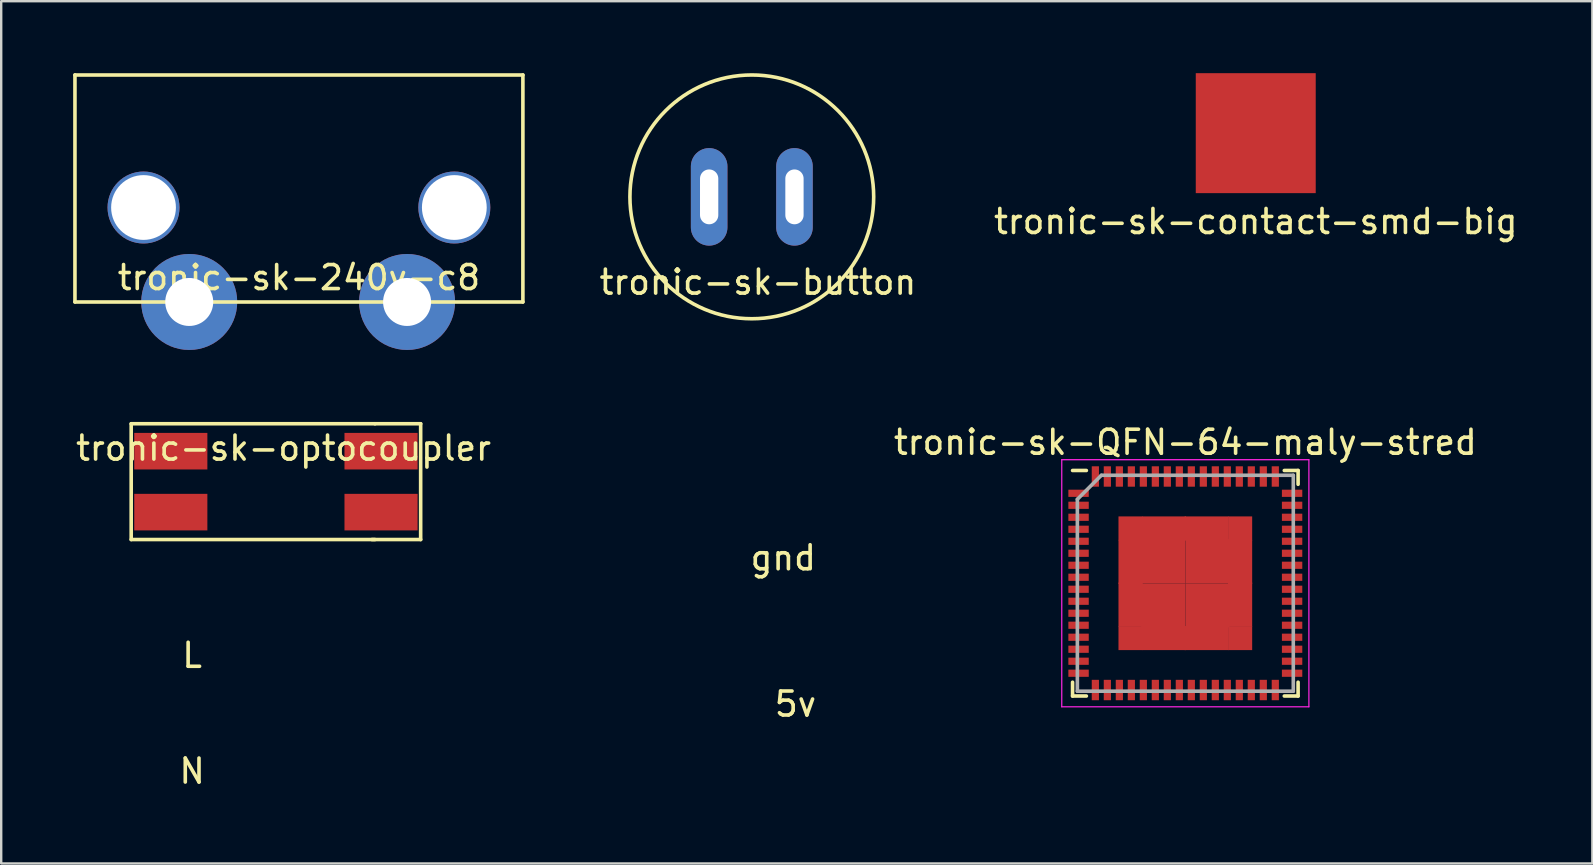
<source format=kicad_pcb>
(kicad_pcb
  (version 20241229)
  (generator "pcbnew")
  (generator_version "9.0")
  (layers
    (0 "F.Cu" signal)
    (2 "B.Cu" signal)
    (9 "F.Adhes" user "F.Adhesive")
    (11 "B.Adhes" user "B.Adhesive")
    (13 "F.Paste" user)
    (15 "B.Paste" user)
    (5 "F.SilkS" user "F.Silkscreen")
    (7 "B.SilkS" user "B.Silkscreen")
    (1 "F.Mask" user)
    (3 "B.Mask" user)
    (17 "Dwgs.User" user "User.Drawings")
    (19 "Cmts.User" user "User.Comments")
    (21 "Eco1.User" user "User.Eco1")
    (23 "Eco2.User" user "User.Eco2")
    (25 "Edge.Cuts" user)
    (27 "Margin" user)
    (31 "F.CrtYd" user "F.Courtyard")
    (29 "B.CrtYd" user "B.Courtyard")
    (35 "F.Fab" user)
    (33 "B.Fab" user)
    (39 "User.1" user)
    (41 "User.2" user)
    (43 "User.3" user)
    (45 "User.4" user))
  (footprint "tronic-sk-240v-c8"
    (layer "F.Cu")
    (at 9.409 3.631)
    (property "Reference" "tronic-sk-240v-c8" (at 0 4.889 0) (layer "F.SilkS") (effects (font (size 1 1) (thickness 0.15))))
    (attr through_hole)
    (fp_line (start -9.335 -3.556) (end 9.335 -3.556) (stroke (width 0.15) (type solid)) (layer "F.SilkS"))
    (fp_line (start -9.335 5.905) (end -9.335 -3.556) (stroke (width 0.15) (type solid)) (layer "F.SilkS"))
    (fp_line (start 9.335 -3.556) (end 9.335 5.905) (stroke (width 0.15) (type solid)) (layer "F.SilkS"))
    (fp_line (start 9.335 5.905) (end -9.335 5.905) (stroke (width 0.15) (type solid)) (layer "F.SilkS"))
    (pad "" thru_hole circle (at -6.477 1.968) (size 3 3) (drill 2.7) (layers "*.Cu" "*.Mask"))
    (pad "" thru_hole circle (at 6.477 1.968) (size 3 3) (drill 2.7) (layers "*.Cu" "*.Mask"))
    (pad "1" thru_hole circle (at -4.572 5.905) (size 4 4) (drill 2) (layers "*.Cu" "*.Mask"))
    (pad "2" thru_hole circle (at 4.508 5.905) (size 4 4) (drill 2) (layers "*.Cu" "*.Mask")))
  (footprint "tronic-sk-QFN-64-maly-stred"
    (layer "F.Cu")
    (at 46.354 21.26)
    (property "Reference" "tronic-sk-QFN-64-maly-stred" (at 0 -5.875 0) (layer "F.SilkS") (effects (font (size 1 1) (thickness 0.15))))
    (attr smd)
    (fp_line (start -4.7 -4.7) (end -4.125 -4.7) (stroke (width 0.15) (type solid)) (layer "F.SilkS"))
    (fp_line (start -4.7 4.7) (end -4.7 4.125) (stroke (width 0.15) (type solid)) (layer "F.SilkS"))
    (fp_line (start -4.7 4.7) (end -4.125 4.7) (stroke (width 0.15) (type solid)) (layer "F.SilkS"))
    (fp_line (start 4.7 -4.7) (end 4.125 -4.7) (stroke (width 0.15) (type solid)) (layer "F.SilkS"))
    (fp_line (start 4.7 -4.7) (end 4.7 -4.125) (stroke (width 0.15) (type solid)) (layer "F.SilkS"))
    (fp_line (start 4.7 4.7) (end 4.125 4.7) (stroke (width 0.15) (type solid)) (layer "F.SilkS"))
    (fp_line (start 4.7 4.7) (end 4.7 4.125) (stroke (width 0.15) (type solid)) (layer "F.SilkS"))
    (fp_line (start -5.15 -5.15) (end -5.15 5.15) (stroke (width 0.05) (type solid)) (layer "F.CrtYd"))
    (fp_line (start -5.15 -5.15) (end 5.15 -5.15) (stroke (width 0.05) (type solid)) (layer "F.CrtYd"))
    (fp_line (start -5.15 5.15) (end 5.15 5.15) (stroke (width 0.05) (type solid)) (layer "F.CrtYd"))
    (fp_line (start 5.15 -5.15) (end 5.15 5.15) (stroke (width 0.05) (type solid)) (layer "F.CrtYd"))
    (fp_line (start -4.5 -3.5) (end -3.5 -4.5) (stroke (width 0.15) (type solid)) (layer "F.Fab"))
    (fp_line (start -4.5 4.5) (end -4.5 -3.5) (stroke (width 0.15) (type solid)) (layer "F.Fab"))
    (fp_line (start -3.5 -4.5) (end 4.5 -4.5) (stroke (width 0.15) (type solid)) (layer "F.Fab"))
    (fp_line (start 4.5 -4.5) (end 4.5 4.5) (stroke (width 0.15) (type solid)) (layer "F.Fab"))
    (fp_line (start 4.5 4.5) (end -4.5 4.5) (stroke (width 0.15) (type solid)) (layer "F.Fab"))
    (pad "1" smd rect (at -4.45 -3.75) (size 0.85 0.3) (layers "F.Cu" "F.Mask" "F.Paste"))
    (pad "2" smd rect (at -4.45 -3.25) (size 0.85 0.3) (layers "F.Cu" "F.Mask" "F.Paste"))
    (pad "3" smd rect (at -4.45 -2.75) (size 0.85 0.3) (layers "F.Cu" "F.Mask" "F.Paste"))
    (pad "4" smd rect (at -4.45 -2.25) (size 0.85 0.3) (layers "F.Cu" "F.Mask" "F.Paste"))
    (pad "5" smd rect (at -4.45 -1.75) (size 0.85 0.3) (layers "F.Cu" "F.Mask" "F.Paste"))
    (pad "6" smd rect (at -4.45 -1.25) (size 0.85 0.3) (layers "F.Cu" "F.Mask" "F.Paste"))
    (pad "7" smd rect (at -4.45 -0.75) (size 0.85 0.3) (layers "F.Cu" "F.Mask" "F.Paste"))
    (pad "8" smd rect (at -4.45 -0.25) (size 0.85 0.3) (layers "F.Cu" "F.Mask" "F.Paste"))
    (pad "9" smd rect (at -4.45 0.25) (size 0.85 0.3) (layers "F.Cu" "F.Mask" "F.Paste"))
    (pad "10" smd rect (at -4.45 0.75) (size 0.85 0.3) (layers "F.Cu" "F.Mask" "F.Paste"))
    (pad "11" smd rect (at -4.45 1.25) (size 0.85 0.3) (layers "F.Cu" "F.Mask" "F.Paste"))
    (pad "12" smd rect (at -4.45 1.75) (size 0.85 0.3) (layers "F.Cu" "F.Mask" "F.Paste"))
    (pad "13" smd rect (at -4.45 2.25) (size 0.85 0.3) (layers "F.Cu" "F.Mask" "F.Paste"))
    (pad "14" smd rect (at -4.45 2.75) (size 0.85 0.3) (layers "F.Cu" "F.Mask" "F.Paste"))
    (pad "15" smd rect (at -4.45 3.25) (size 0.85 0.3) (layers "F.Cu" "F.Mask" "F.Paste"))
    (pad "16" smd rect (at -4.45 3.75) (size 0.85 0.3) (layers "F.Cu" "F.Mask" "F.Paste"))
    (pad "17" smd rect (at -3.75 4.45 90) (size 0.85 0.3) (layers "F.Cu" "F.Mask" "F.Paste"))
    (pad "18" smd rect (at -3.25 4.45 90) (size 0.85 0.3) (layers "F.Cu" "F.Mask" "F.Paste"))
    (pad "19" smd rect (at -2.75 4.45 90) (size 0.85 0.3) (layers "F.Cu" "F.Mask" "F.Paste"))
    (pad "20" smd rect (at -2.25 4.45 90) (size 0.85 0.3) (layers "F.Cu" "F.Mask" "F.Paste"))
    (pad "21" smd rect (at -1.75 4.45 90) (size 0.85 0.3) (layers "F.Cu" "F.Mask" "F.Paste"))
    (pad "22" smd rect (at -1.25 4.45 90) (size 0.85 0.3) (layers "F.Cu" "F.Mask" "F.Paste"))
    (pad "23" smd rect (at -0.75 4.45 90) (size 0.85 0.3) (layers "F.Cu" "F.Mask" "F.Paste"))
    (pad "24" smd rect (at -0.25 4.45 90) (size 0.85 0.3) (layers "F.Cu" "F.Mask" "F.Paste"))
    (pad "25" smd rect (at 0.25 4.45 90) (size 0.85 0.3) (layers "F.Cu" "F.Mask" "F.Paste"))
    (pad "26" smd rect (at 0.75 4.45 90) (size 0.85 0.3) (layers "F.Cu" "F.Mask" "F.Paste"))
    (pad "27" smd rect (at 1.25 4.45 90) (size 0.85 0.3) (layers "F.Cu" "F.Mask" "F.Paste"))
    (pad "28" smd rect (at 1.75 4.45 90) (size 0.85 0.3) (layers "F.Cu" "F.Mask" "F.Paste"))
    (pad "29" smd rect (at 2.25 4.45 90) (size 0.85 0.3) (layers "F.Cu" "F.Mask" "F.Paste"))
    (pad "30" smd rect (at 2.75 4.45 90) (size 0.85 0.3) (layers "F.Cu" "F.Mask" "F.Paste"))
    (pad "31" smd rect (at 3.25 4.45 90) (size 0.85 0.3) (layers "F.Cu" "F.Mask" "F.Paste"))
    (pad "32" smd rect (at 3.75 4.45 90) (size 0.85 0.3) (layers "F.Cu" "F.Mask" "F.Paste"))
    (pad "33" smd rect (at 4.45 3.75) (size 0.85 0.3) (layers "F.Cu" "F.Mask" "F.Paste"))
    (pad "34" smd rect (at 4.45 3.25) (size 0.85 0.3) (layers "F.Cu" "F.Mask" "F.Paste"))
    (pad "35" smd rect (at 4.45 2.75) (size 0.85 0.3) (layers "F.Cu" "F.Mask" "F.Paste"))
    (pad "36" smd rect (at 4.45 2.25) (size 0.85 0.3) (layers "F.Cu" "F.Mask" "F.Paste"))
    (pad "37" smd rect (at 4.45 1.75) (size 0.85 0.3) (layers "F.Cu" "F.Mask" "F.Paste"))
    (pad "38" smd rect (at 4.45 1.25) (size 0.85 0.3) (layers "F.Cu" "F.Mask" "F.Paste"))
    (pad "39" smd rect (at 4.45 0.75) (size 0.85 0.3) (layers "F.Cu" "F.Mask" "F.Paste"))
    (pad "40" smd rect (at 4.45 0.25) (size 0.85 0.3) (layers "F.Cu" "F.Mask" "F.Paste"))
    (pad "41" smd rect (at 4.45 -0.25) (size 0.85 0.3) (layers "F.Cu" "F.Mask" "F.Paste"))
    (pad "42" smd rect (at 4.45 -0.75) (size 0.85 0.3) (layers "F.Cu" "F.Mask" "F.Paste"))
    (pad "43" smd rect (at 4.45 -1.25) (size 0.85 0.3) (layers "F.Cu" "F.Mask" "F.Paste"))
    (pad "44" smd rect (at 4.45 -1.75) (size 0.85 0.3) (layers "F.Cu" "F.Mask" "F.Paste"))
    (pad "45" smd rect (at 4.45 -2.25) (size 0.85 0.3) (layers "F.Cu" "F.Mask" "F.Paste"))
    (pad "46" smd rect (at 4.45 -2.75) (size 0.85 0.3) (layers "F.Cu" "F.Mask" "F.Paste"))
    (pad "47" smd rect (at 4.45 -3.25) (size 0.85 0.3) (layers "F.Cu" "F.Mask" "F.Paste"))
    (pad "48" smd rect (at 4.45 -3.75) (size 0.85 0.3) (layers "F.Cu" "F.Mask" "F.Paste"))
    (pad "49" smd rect (at 3.75 -4.45 90) (size 0.85 0.3) (layers "F.Cu" "F.Mask" "F.Paste"))
    (pad "50" smd rect (at 3.25 -4.45 90) (size 0.85 0.3) (layers "F.Cu" "F.Mask" "F.Paste"))
    (pad "51" smd rect (at 2.75 -4.45 90) (size 0.85 0.3) (layers "F.Cu" "F.Mask" "F.Paste"))
    (pad "52" smd rect (at 2.25 -4.45 90) (size 0.85 0.3) (layers "F.Cu" "F.Mask" "F.Paste"))
    (pad "53" smd rect (at 1.75 -4.45 90) (size 0.85 0.3) (layers "F.Cu" "F.Mask" "F.Paste"))
    (pad "54" smd rect (at 1.25 -4.45 90) (size 0.85 0.3) (layers "F.Cu" "F.Mask" "F.Paste"))
    (pad "55" smd rect (at 0.75 -4.45 90) (size 0.85 0.3) (layers "F.Cu" "F.Mask" "F.Paste"))
    (pad "56" smd rect (at 0.25 -4.45 90) (size 0.85 0.3) (layers "F.Cu" "F.Mask" "F.Paste"))
    (pad "57" smd rect (at -0.25 -4.45 90) (size 0.85 0.3) (layers "F.Cu" "F.Mask" "F.Paste"))
    (pad "58" smd rect (at -0.75 -4.45 90) (size 0.85 0.3) (layers "F.Cu" "F.Mask" "F.Paste"))
    (pad "59" smd rect (at -1.25 -4.45 90) (size 0.85 0.3) (layers "F.Cu" "F.Mask" "F.Paste"))
    (pad "60" smd rect (at -1.75 -4.45 90) (size 0.85 0.3) (layers "F.Cu" "F.Mask" "F.Paste"))
    (pad "61" smd rect (at -2.25 -4.45 90) (size 0.85 0.3) (layers "F.Cu" "F.Mask" "F.Paste"))
    (pad "62" smd rect (at -2.75 -4.45 90) (size 0.85 0.3) (layers "F.Cu" "F.Mask" "F.Paste"))
    (pad "63" smd rect (at -3.25 -4.45 90) (size 0.85 0.3) (layers "F.Cu" "F.Mask" "F.Paste"))
    (pad "64" smd rect (at -3.75 -4.45 90) (size 0.85 0.3) (layers "F.Cu" "F.Mask" "F.Paste"))
    (pad "65" smd rect (at -2.286 -2.286) (size 1 1) (layers "F.Cu" "F.Mask" "F.Paste"))
    (pad "65" smd rect (at -2.286 -0.889) (size 1 1.837) (layers "F.Cu" "F.Mask" "F.Paste"))
    (pad "65" smd rect (at -2.286 0.889) (size 1 1.837) (layers "F.Cu" "F.Mask" "F.Paste"))
    (pad "65" smd rect (at -2.286 2.286) (size 1 1) (layers "F.Cu" "F.Mask" "F.Paste"))
    (pad "65" smd rect (at -0.919 -0.919) (size 1.837 1.837) (layers "F.Cu" "F.Mask" "F.Paste"))
    (pad "65" smd rect (at -0.919 0.919) (size 1.837 1.837) (layers "F.Cu" "F.Mask" "F.Paste"))
    (pad "65" smd rect (at -0.889 -2.286) (size 1.837 1) (layers "F.Cu" "F.Mask" "F.Paste"))
    (pad "65" smd rect (at -0.889 2.286) (size 1.837 1) (layers "F.Cu" "F.Mask" "F.Paste"))
    (pad "65" smd rect (at 0.889 -2.286) (size 1.837 1) (layers "F.Cu" "F.Mask" "F.Paste"))
    (pad "65" smd rect (at 0.889 2.286) (size 1.837 1) (layers "F.Cu" "F.Mask" "F.Paste"))
    (pad "65" smd rect (at 0.919 -0.919) (size 1.837 1.837) (layers "F.Cu" "F.Mask" "F.Paste"))
    (pad "65" smd rect (at 0.919 0.919) (size 1.837 1.837) (layers "F.Cu" "F.Mask" "F.Paste"))
    (pad "65" smd rect (at 2.286 -2.286) (size 1 1) (layers "F.Cu" "F.Mask" "F.Paste"))
    (pad "65" smd rect (at 2.286 -0.889) (size 1 1.837) (layers "F.Cu" "F.Mask" "F.Paste"))
    (pad "65" smd rect (at 2.286 0.889) (size 1 1.837) (layers "F.Cu" "F.Mask" "F.Paste"))
    (pad "65" smd rect (at 2.286 2.286) (size 1 1) (layers "F.Cu" "F.Mask" "F.Paste")))
  (footprint "tronic-sk-button"
    (layer "F.Cu")
    (at 30.063 1.599)
    (property "Reference" "tronic-sk-button" (at -1.524 7.112 0) (layer "F.SilkS") (effects (font (size 1 1) (thickness 0.15))))
    (attr through_hole)
    (fp_circle (center -1.778 3.556) (end -1.778 8.636) (stroke (width 0.15) (type solid)) (fill no) (layer "F.SilkS"))
    (pad "1" thru_hole oval (at -3.556 3.556) (size 1.524 4.064) (drill oval 0.762 2.286) (layers "*.Cu" "*.Mask"))
    (pad "2" thru_hole oval (at 0 3.556) (size 1.524 4.064) (drill oval 0.762 2.286) (layers "*.Cu" "*.Mask")))
  (footprint "tronic-sk-optocoupler"
    (layer "F.Cu")
    (at 11.308 19.692)
    (property "Reference" "tronic-sk-optocoupler" (at -2.54 -4.064 0) (layer "F.SilkS") (effects (font (size 1 1) (thickness 0.15))))
    (attr through_hole)
    (fp_line (start -8.89 -5.08) (end 1.27 -5.08) (stroke (width 0.15) (type solid)) (layer "F.SilkS"))
    (fp_line (start -8.89 -0.254) (end -8.89 -5.08) (stroke (width 0.15) (type solid)) (layer "F.SilkS"))
    (fp_line (start 1.27 -5.08) (end 3.175 -5.08) (stroke (width 0.15) (type solid)) (layer "F.SilkS"))
    (fp_line (start 1.27 -0.254) (end -8.89 -0.254) (stroke (width 0.15) (type solid)) (layer "F.SilkS"))
    (fp_line (start 3.175 -5.08) (end 3.175 -0.254) (stroke (width 0.15) (type solid)) (layer "F.SilkS"))
    (fp_line (start 3.175 -0.254) (end 1.143 -0.254) (stroke (width 0.15) (type solid)) (layer "F.SilkS"))
    (fp_text user "L" (at -6.35 4.572 0) (layer "F.SilkS") (effects (font (size 1 1) (thickness 0.15))))
    (fp_text user "gnd" (at 18.288 0.508 0) (layer "F.SilkS") (effects (font (size 1 1) (thickness 0.15))))
    (fp_text user "5v" (at 18.796 6.604 0) (layer "F.SilkS") (effects (font (size 1 1) (thickness 0.15))))
    (fp_text user "N" (at -6.35 9.398 0) (layer "F.SilkS") (effects (font (size 1 1) (thickness 0.15))))
    (pad "1" smd rect (at -7.239 -3.937) (size 3.048 1.524) (layers "F.Cu" "F.Mask" "F.Paste"))
    (pad "2" smd trapezoid (at -7.239 -1.397) (size 3.048 1.524) (layers "F.Cu" "F.Mask" "F.Paste"))
    (pad "3" smd trapezoid (at 1.524 -1.397) (size 3.048 1.524) (layers "F.Cu" "F.Mask" "F.Paste"))
    (pad "4" smd trapezoid (at 1.524 -3.937) (size 3.048 1.524) (layers "F.Cu" "F.Mask" "F.Paste")))
  (footprint "tronic-sk-contact-smd-big"
    (layer "F.Cu")
    (at 49.289 2.5)
    (property "Reference" "tronic-sk-contact-smd-big" (at 0 3.683 0) (layer "F.SilkS") (effects (font (size 1 1) (thickness 0.15))))
    (attr through_hole)
    (pad "1" smd rect (at 0 0) (size 5 5) (layers "F.Cu" "F.Mask" "F.Paste")))
  (gr_rect
    (start -3 -3)
    (end 63.319 32.938)
    (stroke (width 0.1) (type default))
    (fill no)
    (layer "Edge.Cuts")))
</source>
